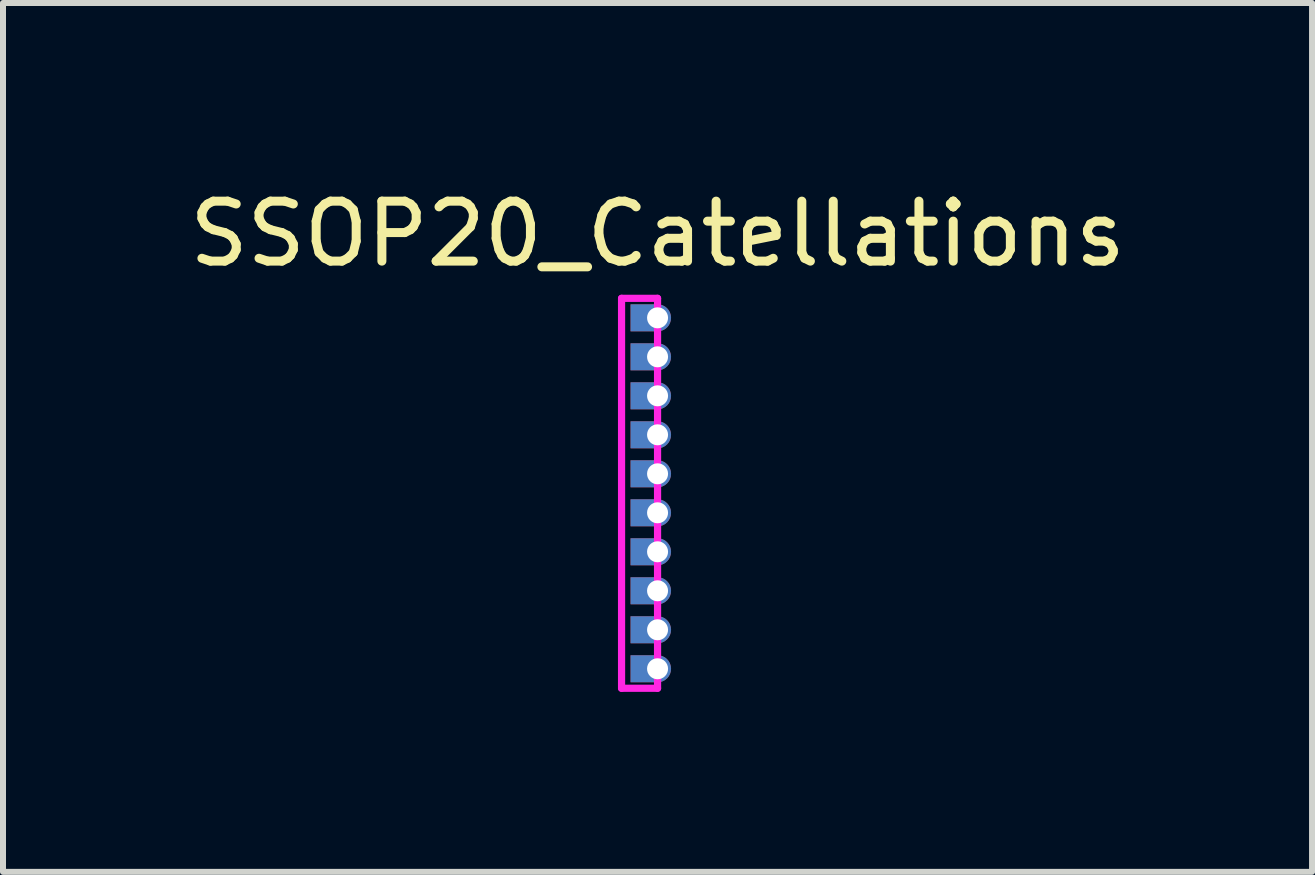
<source format=kicad_pcb>
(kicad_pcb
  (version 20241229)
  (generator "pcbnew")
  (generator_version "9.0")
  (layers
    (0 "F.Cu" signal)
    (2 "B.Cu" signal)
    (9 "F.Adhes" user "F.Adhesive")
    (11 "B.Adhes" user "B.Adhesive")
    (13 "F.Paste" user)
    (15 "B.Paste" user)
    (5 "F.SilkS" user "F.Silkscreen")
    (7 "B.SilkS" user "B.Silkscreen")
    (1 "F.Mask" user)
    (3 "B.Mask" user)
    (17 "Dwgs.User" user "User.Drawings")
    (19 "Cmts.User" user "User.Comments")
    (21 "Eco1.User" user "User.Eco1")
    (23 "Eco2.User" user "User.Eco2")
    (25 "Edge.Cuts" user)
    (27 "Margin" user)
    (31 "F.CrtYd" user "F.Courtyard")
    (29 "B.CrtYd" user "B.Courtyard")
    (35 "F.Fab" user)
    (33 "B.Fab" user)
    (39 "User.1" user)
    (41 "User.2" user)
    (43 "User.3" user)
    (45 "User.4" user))
  (footprint "SSOP20_Catellations"
    (layer "F.Cu")
    (at 7.911 5.173)
    (property "Reference" "SSOP20_Catellations" (at 0 -4.325 0) (layer "F.SilkS") (effects (font (size 1 1) (thickness 0.15))))
    (attr through_hole)
    (fp_line (start -0.6 -3.25) (end 0 -3.25) (stroke (width 0.12) (type solid)) (layer "F.CrtYd"))
    (fp_line (start -0.6 3.25) (end -0.6 -3.25) (stroke (width 0.12) (type solid)) (layer "F.CrtYd"))
    (fp_line (start 0 -3.25) (end 0 3.25) (stroke (width 0.12) (type solid)) (layer "F.CrtYd"))
    (fp_line (start 0 3.25) (end -0.6 3.25) (stroke (width 0.12) (type solid)) (layer "F.CrtYd"))
    (pad "1" smd rect (at -0.225 -2.925) (size 0.45 0.45) (layers "F.Cu" "F.Mask" "F.Paste"))
    (pad "1" smd rect (at -0.225 -2.925) (size 0.45 0.45) (layers "B.Cu" "B.Mask" "B.Paste"))
    (pad "1" thru_hole circle (at 0 -2.925) (size 0.45 0.45) (drill 0.35) (layers "*.Cu" "*.Mask"))
    (pad "2" smd rect (at -0.225 -2.275) (size 0.45 0.45) (layers "F.Cu" "F.Mask" "F.Paste"))
    (pad "2" smd rect (at -0.225 -2.275) (size 0.45 0.45) (layers "B.Cu" "B.Mask" "B.Paste"))
    (pad "2" thru_hole circle (at 0 -2.275) (size 0.45 0.45) (drill 0.35) (layers "*.Cu" "*.Mask"))
    (pad "3" smd rect (at -0.225 -1.625) (size 0.45 0.45) (layers "F.Cu" "F.Mask" "F.Paste"))
    (pad "3" smd rect (at -0.225 -1.625) (size 0.45 0.45) (layers "B.Cu" "B.Mask" "B.Paste"))
    (pad "3" thru_hole circle (at 0 -1.625) (size 0.45 0.45) (drill 0.35) (layers "*.Cu" "*.Mask"))
    (pad "4" smd rect (at -0.225 -0.975) (size 0.45 0.45) (layers "F.Cu" "F.Mask" "F.Paste"))
    (pad "4" smd rect (at -0.225 -0.975) (size 0.45 0.45) (layers "B.Cu" "B.Mask" "B.Paste"))
    (pad "4" thru_hole circle (at 0 -0.975) (size 0.45 0.45) (drill 0.35) (layers "*.Cu" "*.Mask"))
    (pad "5" smd rect (at -0.225 -0.325) (size 0.45 0.45) (layers "F.Cu" "F.Mask" "F.Paste"))
    (pad "5" smd rect (at -0.225 -0.325) (size 0.45 0.45) (layers "B.Cu" "B.Mask" "B.Paste"))
    (pad "5" thru_hole circle (at 0 -0.325) (size 0.45 0.45) (drill 0.35) (layers "*.Cu" "*.Mask"))
    (pad "6" smd rect (at -0.225 0.325) (size 0.45 0.45) (layers "F.Cu" "F.Mask" "F.Paste"))
    (pad "6" smd rect (at -0.225 0.325) (size 0.45 0.45) (layers "B.Cu" "B.Mask" "B.Paste"))
    (pad "6" thru_hole circle (at 0 0.325) (size 0.45 0.45) (drill 0.35) (layers "*.Cu" "*.Mask"))
    (pad "7" smd rect (at -0.225 0.975) (size 0.45 0.45) (layers "F.Cu" "F.Mask" "F.Paste"))
    (pad "7" smd rect (at -0.225 0.975) (size 0.45 0.45) (layers "B.Cu" "B.Mask" "B.Paste"))
    (pad "7" thru_hole circle (at 0 0.975) (size 0.45 0.45) (drill 0.35) (layers "*.Cu" "*.Mask"))
    (pad "8" smd rect (at -0.225 1.625) (size 0.45 0.45) (layers "F.Cu" "F.Mask" "F.Paste"))
    (pad "8" smd rect (at -0.225 1.625) (size 0.45 0.45) (layers "B.Cu" "B.Mask" "B.Paste"))
    (pad "8" thru_hole circle (at 0 1.625) (size 0.45 0.45) (drill 0.35) (layers "*.Cu" "*.Mask"))
    (pad "9" smd rect (at -0.225 2.275) (size 0.45 0.45) (layers "F.Cu" "F.Mask" "F.Paste"))
    (pad "9" smd rect (at -0.225 2.275) (size 0.45 0.45) (layers "B.Cu" "B.Mask" "B.Paste"))
    (pad "9" thru_hole circle (at 0 2.275) (size 0.45 0.45) (drill 0.35) (layers "*.Cu" "*.Mask"))
    (pad "10" smd rect (at -0.225 2.925) (size 0.45 0.45) (layers "F.Cu" "F.Mask" "F.Paste"))
    (pad "10" smd rect (at -0.225 2.925) (size 0.45 0.45) (layers "B.Cu" "B.Mask" "B.Paste"))
    (pad "10" thru_hole circle (at 0 2.925) (size 0.45 0.45) (drill 0.35) (layers "*.Cu" "*.Mask")))
  (gr_rect
    (start -3 -3)
    (end 18.821 11.483)
    (stroke (width 0.1) (type default))
    (fill no)
    (layer "Edge.Cuts")))
</source>
